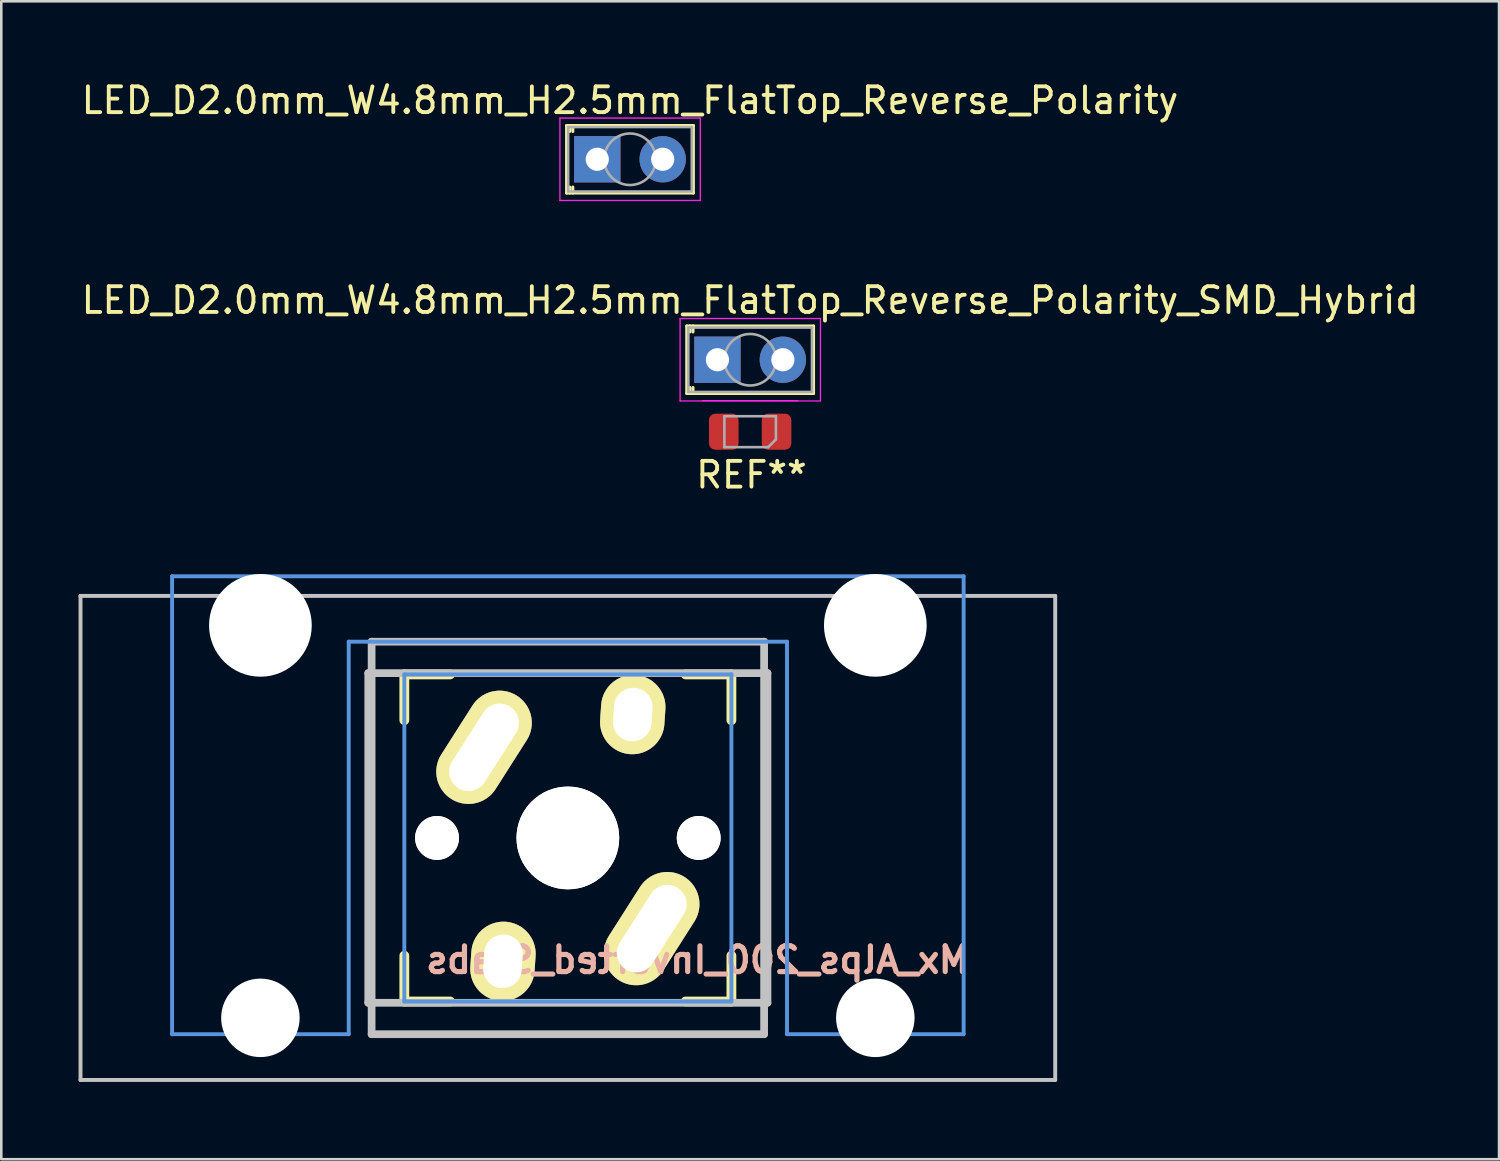
<source format=kicad_pcb>
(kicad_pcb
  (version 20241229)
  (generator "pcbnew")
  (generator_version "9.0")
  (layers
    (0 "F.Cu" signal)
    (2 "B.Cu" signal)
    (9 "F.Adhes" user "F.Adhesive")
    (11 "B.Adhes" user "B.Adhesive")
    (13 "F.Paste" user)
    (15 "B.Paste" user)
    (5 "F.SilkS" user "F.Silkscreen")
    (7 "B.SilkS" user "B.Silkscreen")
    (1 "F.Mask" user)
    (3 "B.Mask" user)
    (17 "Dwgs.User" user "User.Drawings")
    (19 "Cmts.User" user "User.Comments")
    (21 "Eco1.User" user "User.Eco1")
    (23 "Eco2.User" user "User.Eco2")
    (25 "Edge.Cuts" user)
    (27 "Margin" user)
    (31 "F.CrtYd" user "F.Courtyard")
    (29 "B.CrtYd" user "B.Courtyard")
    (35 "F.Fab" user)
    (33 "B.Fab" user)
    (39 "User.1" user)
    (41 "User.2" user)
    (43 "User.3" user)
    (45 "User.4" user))
  (footprint "LED_D2.0mm_W4.8mm_H2.5mm_FlatTop_Reverse_Polarity"
    (layer "F.Cu")
    (at 21.411 3.134)
    (property "Reference" "LED_D2.0mm_W4.8mm_H2.5mm_FlatTop_Reverse_Polarity" (at 0 -2.286 0) (layer "F.SilkS") (effects (font (size 1 1) (thickness 0.15))))
    (attr through_hole)
    (fp_line (start -2.46 -1.31) (end -2.46 1.31) (stroke (width 0.12) (type solid)) (layer "F.SilkS"))
    (fp_line (start -2.46 -1.31) (end 2.46 -1.31) (stroke (width 0.12) (type solid)) (layer "F.SilkS"))
    (fp_line (start -2.46 1.31) (end 2.46 1.31) (stroke (width 0.12) (type solid)) (layer "F.SilkS"))
    (fp_line (start -2.34 -1.31) (end -2.34 -1.08) (stroke (width 0.12) (type solid)) (layer "F.SilkS"))
    (fp_line (start -2.34 1.08) (end -2.34 1.31) (stroke (width 0.12) (type solid)) (layer "F.SilkS"))
    (fp_line (start -2.22 -1.31) (end -2.22 -1.08) (stroke (width 0.12) (type solid)) (layer "F.SilkS"))
    (fp_line (start -2.22 1.08) (end -2.22 1.31) (stroke (width 0.12) (type solid)) (layer "F.SilkS"))
    (fp_line (start 2.46 -1.31) (end 2.46 1.31) (stroke (width 0.12) (type solid)) (layer "F.SilkS"))
    (fp_line (start -2.72 -1.6) (end -2.72 1.6) (stroke (width 0.05) (type solid)) (layer "F.CrtYd"))
    (fp_line (start -2.72 1.6) (end 2.73 1.6) (stroke (width 0.05) (type solid)) (layer "F.CrtYd"))
    (fp_line (start 2.73 -1.6) (end -2.72 -1.6) (stroke (width 0.05) (type solid)) (layer "F.CrtYd"))
    (fp_line (start 2.73 1.6) (end 2.73 -1.6) (stroke (width 0.05) (type solid)) (layer "F.CrtYd"))
    (fp_line (start -2.4 -1.25) (end -2.4 1.25) (stroke (width 0.1) (type solid)) (layer "F.Fab"))
    (fp_line (start -2.4 1.25) (end 2.4 1.25) (stroke (width 0.1) (type solid)) (layer "F.Fab"))
    (fp_line (start 2.4 -1.25) (end -2.4 -1.25) (stroke (width 0.1) (type solid)) (layer "F.Fab"))
    (fp_line (start 2.4 1.25) (end 2.4 -1.25) (stroke (width 0.1) (type solid)) (layer "F.Fab"))
    (fp_circle (center 0 0) (end 1 0) (stroke (width 0.1) (type solid)) (fill no) (layer "F.Fab"))
    (pad "1" thru_hole circle (at 1.27 0) (size 1.8 1.8) (drill 0.9) (layers "*.Cu" "*.Mask"))
    (pad "2" thru_hole rect (at -1.27 0) (size 1.8 1.8) (drill 0.9) (layers "*.Cu" "*.Mask")))
  (footprint "Mx_Alps_200_Inverted_Stabs"
    (layer "F.Cu")
    (at 18.999 29.486)
    (property "Reference" "Mx_Alps_200_Inverted_Stabs" (at 5.033 4.737 0) (layer "B.SilkS") (effects (font (size 1 1) (thickness 0.2)) (justify mirror)))
    (attr through_hole)
    (fp_line (start -6.35 -6.35) (end -4.572 -6.35) (stroke (width 0.381) (type solid)) (layer "F.SilkS"))
    (fp_line (start -6.35 -4.572) (end -6.35 -6.35) (stroke (width 0.381) (type solid)) (layer "F.SilkS"))
    (fp_line (start -6.35 6.35) (end -6.35 4.572) (stroke (width 0.381) (type solid)) (layer "F.SilkS"))
    (fp_line (start -4.572 6.35) (end -6.35 6.35) (stroke (width 0.381) (type solid)) (layer "F.SilkS"))
    (fp_line (start 4.572 -6.35) (end 6.35 -6.35) (stroke (width 0.381) (type solid)) (layer "F.SilkS"))
    (fp_line (start 6.35 -6.35) (end 6.35 -4.572) (stroke (width 0.381) (type solid)) (layer "F.SilkS"))
    (fp_line (start 6.35 4.572) (end 6.35 6.35) (stroke (width 0.381) (type solid)) (layer "F.SilkS"))
    (fp_line (start 6.35 6.35) (end 4.572 6.35) (stroke (width 0.381) (type solid)) (layer "F.SilkS"))
    (fp_line (start -18.923 -9.398) (end 18.923 -9.398) (stroke (width 0.152) (type solid)) (layer "Dwgs.User"))
    (fp_line (start -18.923 9.398) (end -18.923 -9.398) (stroke (width 0.152) (type solid)) (layer "Dwgs.User"))
    (fp_line (start -7.75 6.4) (end -7.75 -6.4) (stroke (width 0.3) (type solid)) (layer "Dwgs.User"))
    (fp_line (start -7.75 6.4) (end 7.75 6.4) (stroke (width 0.3) (type solid)) (layer "Dwgs.User"))
    (fp_line (start -7.62 -7.62) (end 7.62 -7.62) (stroke (width 0.3) (type solid)) (layer "Dwgs.User"))
    (fp_line (start -7.62 7.62) (end -7.62 -7.62) (stroke (width 0.3) (type solid)) (layer "Dwgs.User"))
    (fp_line (start 7.62 -7.62) (end 7.62 7.62) (stroke (width 0.3) (type solid)) (layer "Dwgs.User"))
    (fp_line (start 7.62 7.62) (end -7.62 7.62) (stroke (width 0.3) (type solid)) (layer "Dwgs.User"))
    (fp_line (start 7.75 -6.4) (end -7.75 -6.4) (stroke (width 0.3) (type solid)) (layer "Dwgs.User"))
    (fp_line (start 7.75 6.4) (end 7.75 -6.4) (stroke (width 0.3) (type solid)) (layer "Dwgs.User"))
    (fp_line (start 18.923 -9.398) (end 18.923 9.398) (stroke (width 0.152) (type solid)) (layer "Dwgs.User"))
    (fp_line (start 18.923 9.398) (end -18.923 9.398) (stroke (width 0.152) (type solid)) (layer "Dwgs.User"))
    (fp_line (start -15.367 -10.16) (end -15.367 7.62) (stroke (width 0.152) (type solid)) (layer "Cmts.User"))
    (fp_line (start -15.367 7.62) (end -8.509 7.62) (stroke (width 0.152) (type solid)) (layer "Cmts.User"))
    (fp_line (start -8.509 -7.62) (end 8.509 -7.62) (stroke (width 0.152) (type solid)) (layer "Cmts.User"))
    (fp_line (start -8.509 7.62) (end -8.509 -7.62) (stroke (width 0.152) (type solid)) (layer "Cmts.User"))
    (fp_line (start -6.35 -6.35) (end 6.35 -6.35) (stroke (width 0.152) (type solid)) (layer "Cmts.User"))
    (fp_line (start -6.35 6.35) (end -6.35 -6.35) (stroke (width 0.152) (type solid)) (layer "Cmts.User"))
    (fp_line (start 6.35 -6.35) (end 6.35 6.35) (stroke (width 0.152) (type solid)) (layer "Cmts.User"))
    (fp_line (start 6.35 6.35) (end -6.35 6.35) (stroke (width 0.152) (type solid)) (layer "Cmts.User"))
    (fp_line (start 8.509 -7.62) (end 8.509 7.62) (stroke (width 0.152) (type solid)) (layer "Cmts.User"))
    (fp_line (start 8.509 7.62) (end 15.367 7.62) (stroke (width 0.152) (type solid)) (layer "Cmts.User"))
    (fp_line (start 15.367 -10.16) (end -15.367 -10.16) (stroke (width 0.152) (type solid)) (layer "Cmts.User"))
    (fp_line (start 15.367 7.62) (end 15.367 -10.16) (stroke (width 0.152) (type solid)) (layer "Cmts.User"))
    (fp_line (start -16.129 -0.508) (end -15.265 -0.508) (stroke (width 0.152) (type solid)) (layer "Eco2.User"))
    (fp_line (start -16.129 2.286) (end -16.129 -0.508) (stroke (width 0.152) (type solid)) (layer "Eco2.User"))
    (fp_line (start -15.265 -6.604) (end -14.224 -6.604) (stroke (width 0.152) (type solid)) (layer "Eco2.User"))
    (fp_line (start -15.265 -0.508) (end -15.265 -6.604) (stroke (width 0.152) (type solid)) (layer "Eco2.User"))
    (fp_line (start -15.265 2.286) (end -16.129 2.286) (stroke (width 0.152) (type solid)) (layer "Eco2.User"))
    (fp_line (start -15.265 5.69) (end -15.265 2.286) (stroke (width 0.152) (type solid)) (layer "Eco2.User"))
    (fp_line (start -14.224 -7.772) (end -9.652 -7.772) (stroke (width 0.152) (type solid)) (layer "Eco2.User"))
    (fp_line (start -14.224 -6.604) (end -14.224 -7.772) (stroke (width 0.152) (type solid)) (layer "Eco2.User"))
    (fp_line (start -9.652 -7.772) (end -9.652 -6.604) (stroke (width 0.152) (type solid)) (layer "Eco2.User"))
    (fp_line (start -9.652 -6.604) (end -8.611 -6.604) (stroke (width 0.152) (type solid)) (layer "Eco2.User"))
    (fp_line (start -8.611 -6.604) (end -8.611 -5.817) (stroke (width 0.152) (type solid)) (layer "Eco2.User"))
    (fp_line (start -8.611 -5.817) (end -6.985 -5.817) (stroke (width 0.152) (type solid)) (layer "Eco2.User"))
    (fp_line (start -8.611 4.877) (end -8.611 5.69) (stroke (width 0.152) (type solid)) (layer "Eco2.User"))
    (fp_line (start -8.611 5.69) (end -15.265 5.69) (stroke (width 0.152) (type solid)) (layer "Eco2.User"))
    (fp_line (start -6.985 -6.985) (end 6.985 -6.985) (stroke (width 0.152) (type solid)) (layer "Eco2.User"))
    (fp_line (start -6.985 -5.817) (end -6.985 -6.985) (stroke (width 0.152) (type solid)) (layer "Eco2.User"))
    (fp_line (start -6.985 4.877) (end -8.611 4.877) (stroke (width 0.152) (type solid)) (layer "Eco2.User"))
    (fp_line (start -6.985 6.985) (end -6.985 4.877) (stroke (width 0.152) (type solid)) (layer "Eco2.User"))
    (fp_line (start 6.985 -6.985) (end 6.985 -5.817) (stroke (width 0.152) (type solid)) (layer "Eco2.User"))
    (fp_line (start 6.985 -5.817) (end 8.611 -5.817) (stroke (width 0.152) (type solid)) (layer "Eco2.User"))
    (fp_line (start 6.985 4.877) (end 6.985 6.985) (stroke (width 0.152) (type solid)) (layer "Eco2.User"))
    (fp_line (start 6.985 6.985) (end -6.985 6.985) (stroke (width 0.152) (type solid)) (layer "Eco2.User"))
    (fp_line (start 8.611 -6.604) (end 9.652 -6.604) (stroke (width 0.152) (type solid)) (layer "Eco2.User"))
    (fp_line (start 8.611 -5.817) (end 8.611 -6.604) (stroke (width 0.152) (type solid)) (layer "Eco2.User"))
    (fp_line (start 8.611 4.877) (end 6.985 4.877) (stroke (width 0.152) (type solid)) (layer "Eco2.User"))
    (fp_line (start 8.611 5.69) (end 8.611 4.877) (stroke (width 0.152) (type solid)) (layer "Eco2.User"))
    (fp_line (start 9.652 -7.772) (end 14.224 -7.772) (stroke (width 0.152) (type solid)) (layer "Eco2.User"))
    (fp_line (start 9.652 -6.604) (end 9.652 -7.772) (stroke (width 0.152) (type solid)) (layer "Eco2.User"))
    (fp_line (start 14.224 -7.772) (end 14.224 -6.604) (stroke (width 0.152) (type solid)) (layer "Eco2.User"))
    (fp_line (start 14.224 -6.604) (end 15.265 -6.604) (stroke (width 0.152) (type solid)) (layer "Eco2.User"))
    (fp_line (start 15.265 -6.604) (end 15.265 -0.508) (stroke (width 0.152) (type solid)) (layer "Eco2.User"))
    (fp_line (start 15.265 -0.508) (end 16.129 -0.508) (stroke (width 0.152) (type solid)) (layer "Eco2.User"))
    (fp_line (start 15.265 2.286) (end 15.265 5.69) (stroke (width 0.152) (type solid)) (layer "Eco2.User"))
    (fp_line (start 15.265 5.69) (end 8.611 5.69) (stroke (width 0.152) (type solid)) (layer "Eco2.User"))
    (fp_line (start 16.129 -0.508) (end 16.129 2.286) (stroke (width 0.152) (type solid)) (layer "Eco2.User"))
    (fp_line (start 16.129 2.286) (end 15.265 2.286) (stroke (width 0.152) (type solid)) (layer "Eco2.User"))
    (pad "" np_thru_hole circle (at -11.938 -8.255 180) (size 3.988 3.988) (drill 3.988) (layers "*.Cu"))
    (pad "" np_thru_hole circle (at -11.938 6.985 180) (size 3.048 3.048) (drill 3.048) (layers "*.Cu"))
    (pad "" np_thru_hole circle (at -5.08 0) (size 1.702 1.702) (drill 1.702) (layers "*.Cu"))
    (pad "" np_thru_hole circle (at -5.08 0 180) (size 1.702 1.702) (drill 1.702) (layers "*.Cu"))
    (pad "" np_thru_hole circle (at 0 0 180) (size 3.988 3.988) (drill 3.988) (layers "*.Cu"))
    (pad "" np_thru_hole circle (at 0 0) (size 3.988 3.988) (drill 3.988) (layers "*.Cu"))
    (pad "" np_thru_hole circle (at 5.08 0) (size 1.702 1.702) (drill 1.702) (layers "*.Cu"))
    (pad "" np_thru_hole circle (at 5.08 0 180) (size 1.702 1.702) (drill 1.702) (layers "*.Cu"))
    (pad "" np_thru_hole circle (at 11.938 -8.255 180) (size 3.988 3.988) (drill 3.988) (layers "*.Cu"))
    (pad "" np_thru_hole circle (at 11.938 6.985 180) (size 3.048 3.048) (drill 3.048) (layers "*.Cu"))
    (pad "1" thru_hole oval (at -3.255 -3.52 327.5) (size 2.5 4.75) (drill oval 1.5 3.75) (layers "*.Cu" "*.Mask" "F.SilkS"))
    (pad "1" thru_hole oval (at 3.255 3.52 147.5) (size 2.5 4.75) (drill oval 1.5 3.75) (layers "*.Cu" "*.Mask" "F.SilkS"))
    (pad "2" thru_hole oval (at -2.52 4.79 176.1) (size 2.5 3.08) (drill oval 1.5 2.08) (layers "*.Cu" "*.Mask" "F.SilkS"))
    (pad "2" thru_hole oval (at 2.52 -4.79 356.1) (size 2.5 3.08) (drill oval 1.5 2.08) (layers "*.Cu" "*.Mask" "F.SilkS")))
  (footprint "LED_D2.0mm_W4.8mm_H2.5mm_FlatTop_Reverse_Polarity_SMD_Hybrid"
    (layer "F.Cu")
    (at 24.807 10.918)
    (property "Reference" "LED_D2.0mm_W4.8mm_H2.5mm_FlatTop_Reverse_Polarity_SMD_Hybrid" (at 1.27 -2.31 0) (layer "F.SilkS") (effects (font (size 1 1) (thickness 0.15))))
    (attr through_hole)
    (fp_line (start -1.19 -1.31) (end -1.19 1.31) (stroke (width 0.12) (type solid)) (layer "F.SilkS"))
    (fp_line (start -1.19 -1.31) (end 3.73 -1.31) (stroke (width 0.12) (type solid)) (layer "F.SilkS"))
    (fp_line (start -1.19 1.31) (end 3.73 1.31) (stroke (width 0.12) (type solid)) (layer "F.SilkS"))
    (fp_line (start -1.07 -1.31) (end -1.07 -1.08) (stroke (width 0.12) (type solid)) (layer "F.SilkS"))
    (fp_line (start -1.07 1.08) (end -1.07 1.31) (stroke (width 0.12) (type solid)) (layer "F.SilkS"))
    (fp_line (start -0.95 -1.31) (end -0.95 -1.08) (stroke (width 0.12) (type solid)) (layer "F.SilkS"))
    (fp_line (start -0.95 1.08) (end -0.95 1.31) (stroke (width 0.12) (type solid)) (layer "F.SilkS"))
    (fp_line (start 3.73 -1.31) (end 3.73 1.31) (stroke (width 0.12) (type solid)) (layer "F.SilkS"))
    (fp_line (start -1.45 -1.6) (end -1.45 1.6) (stroke (width 0.05) (type solid)) (layer "F.CrtYd"))
    (fp_line (start -1.45 1.6) (end 4 1.6) (stroke (width 0.05) (type solid)) (layer "F.CrtYd"))
    (fp_line (start -0.58 1.59) (end 3.12 1.59) (stroke (width 0.05) (type solid)) (layer "F.CrtYd"))
    (fp_line (start 4 -1.6) (end -1.45 -1.6) (stroke (width 0.05) (type solid)) (layer "F.CrtYd"))
    (fp_line (start 4 1.6) (end 4 -1.6) (stroke (width 0.05) (type solid)) (layer "F.CrtYd"))
    (fp_line (start -1.13 -1.25) (end -1.13 1.25) (stroke (width 0.1) (type solid)) (layer "F.Fab"))
    (fp_line (start -1.13 1.25) (end 3.67 1.25) (stroke (width 0.1) (type solid)) (layer "F.Fab"))
    (fp_line (start 0.27 2.194) (end 0.27 3.394) (stroke (width 0.1) (type solid)) (layer "F.Fab"))
    (fp_line (start 0.27 3.394) (end 1.97 3.394) (stroke (width 0.1) (type solid)) (layer "F.Fab"))
    (fp_line (start 1.97 3.394) (end 2.27 3.094) (stroke (width 0.1) (type solid)) (layer "F.Fab"))
    (fp_line (start 2.27 2.194) (end 0.27 2.194) (stroke (width 0.1) (type solid)) (layer "F.Fab"))
    (fp_line (start 2.27 3.094) (end 2.27 2.194) (stroke (width 0.1) (type solid)) (layer "F.Fab"))
    (fp_line (start 3.67 -1.25) (end -1.13 -1.25) (stroke (width 0.1) (type solid)) (layer "F.Fab"))
    (fp_line (start 3.67 1.25) (end 3.67 -1.25) (stroke (width 0.1) (type solid)) (layer "F.Fab"))
    (fp_circle (center 1.27 0) (end 2.27 0) (stroke (width 0.1) (type solid)) (fill no) (layer "F.Fab"))
    (fp_text user "REF**" (at 1.321 4.471 0) (layer "F.SilkS") (effects (font (size 1 1) (thickness 0.15))))
    (pad "1" smd roundrect (at 2.295 2.794 180) (size 1.15 1.4) (layers "F.Cu" "F.Mask" "F.Paste") (roundrect_rratio 0.217))
    (pad "1" thru_hole circle (at 2.54 0) (size 1.8 1.8) (drill 0.9) (layers "*.Cu" "*.Mask"))
    (pad "2" thru_hole rect (at 0 0) (size 1.8 1.8) (drill 0.9) (layers "*.Cu" "*.Mask"))
    (pad "2" smd roundrect (at 0.245 2.794 180) (size 1.15 1.4) (layers "F.Cu" "F.Mask" "F.Paste") (roundrect_rratio 0.217)))
  (gr_rect
    (start -3 -3)
    (end 55.155 41.96)
    (stroke (width 0.1) (type default))
    (fill no)
    (layer "Edge.Cuts")))
</source>
